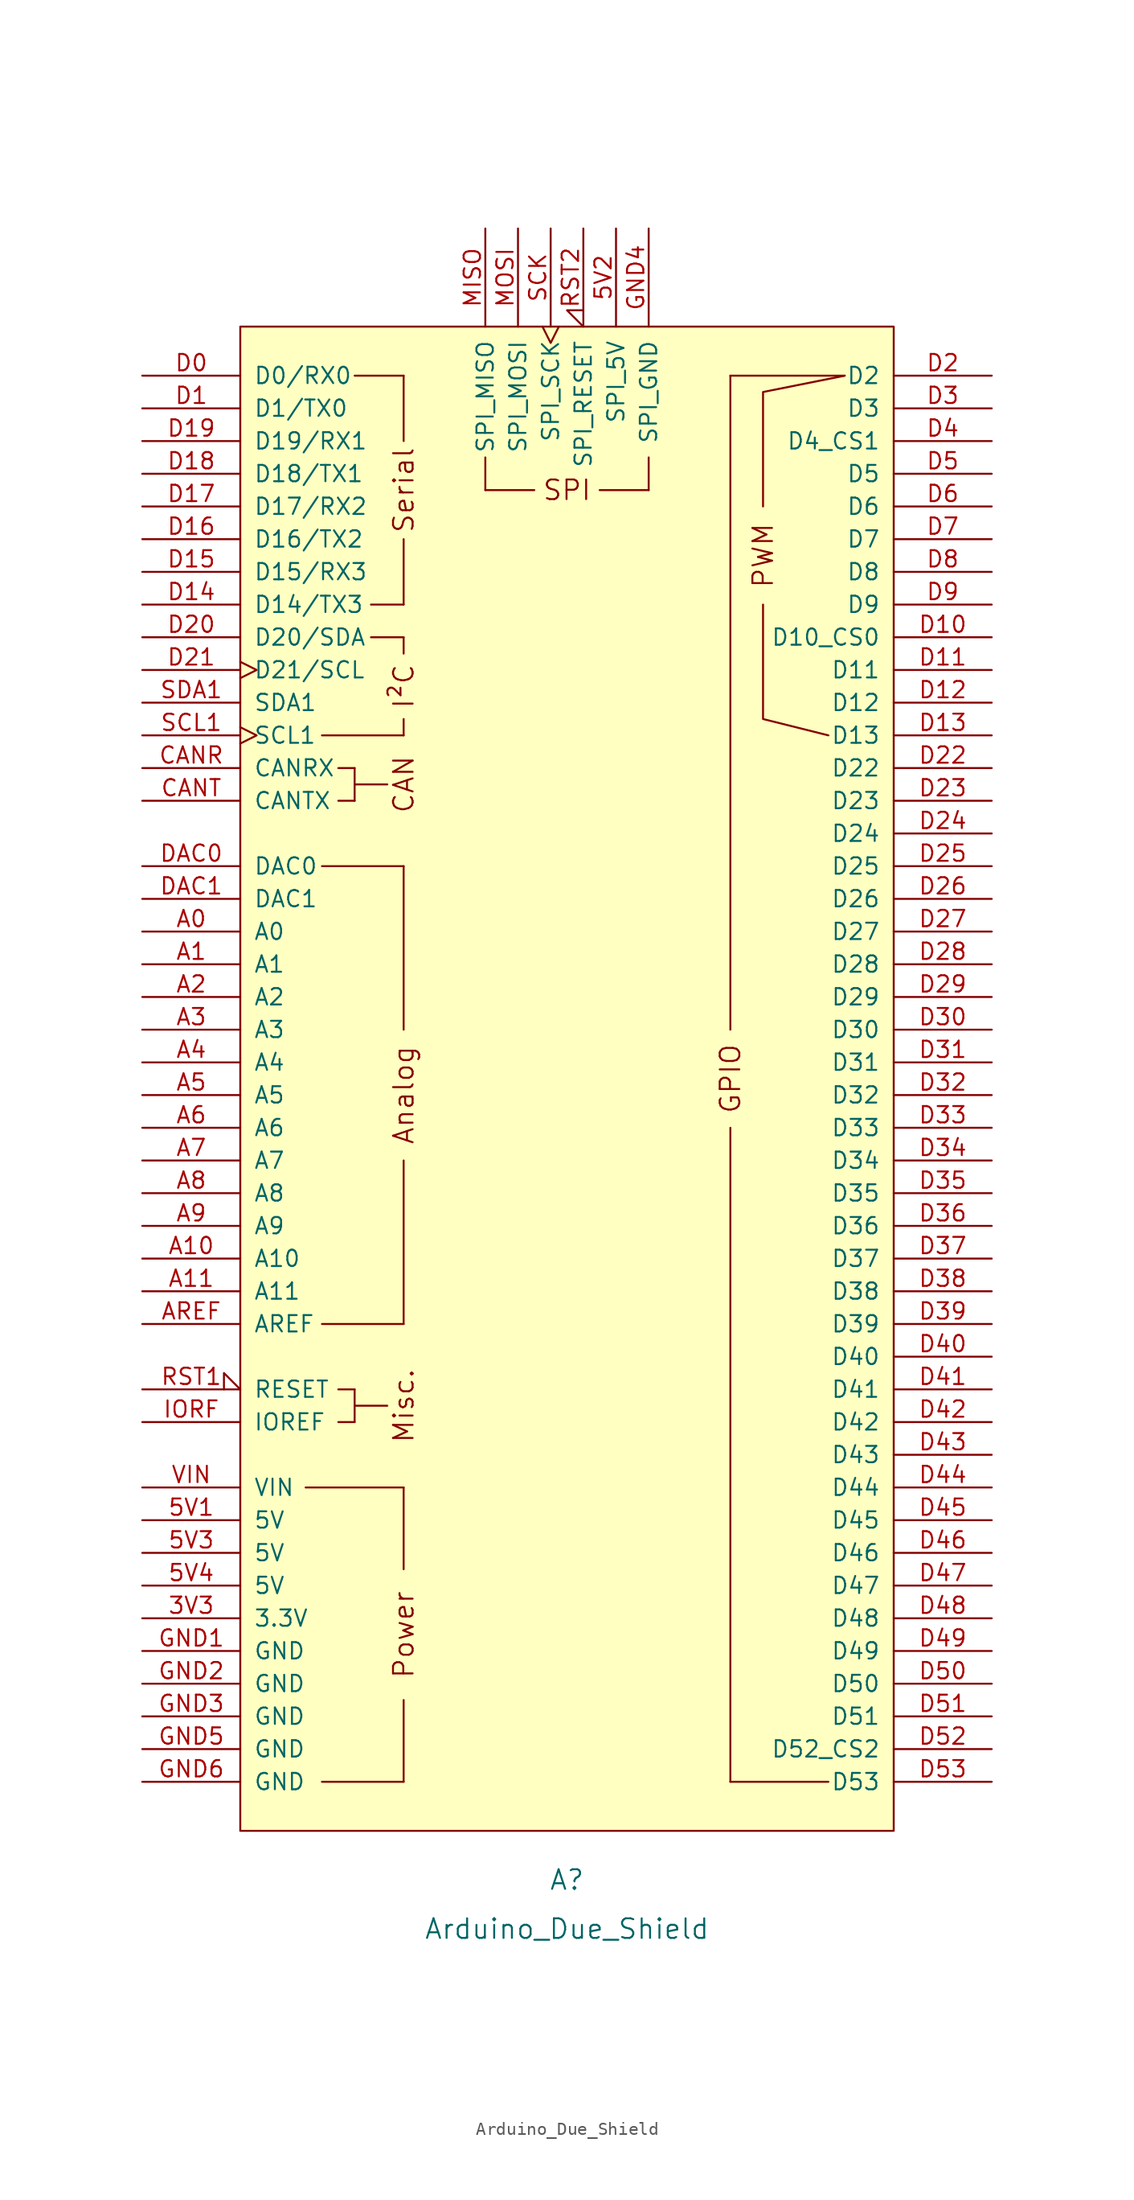
<source format=kicad_sym>
(kicad_symbol_lib
  (version 20211014)
  (generator kicad_symbol_editor)
  (symbol "Arduino_Due_Shield"
    (pin_names
      (offset 1.016))
    (property "Reference" "A"
      (at 0 -62.23 0)
      (effects (font (size 1.524 1.524))))
    (property "Value" "Arduino_Due_Shield"
      (at 0 -66.04 0)
      (effects (font (size 1.524 1.524))))
    (symbol "Arduino_Due_Shield_0_0"
      (rectangle (start -25.4 -58.42) (end 25.4 58.42) (stroke (width 0) (type default) (color 0 0 0 0)) (fill (type background)))
      (rectangle (start -20.32 -31.75) (end -12.7 -31.75) (stroke (width 0) (type default) (color 0 0 0 0)) (fill (type none)))
      (rectangle (start -19.05 -54.61) (end -12.7 -54.61) (stroke (width 0) (type default) (color 0 0 0 0)) (fill (type none)))
      (rectangle (start -19.05 -19.05) (end -12.7 -19.05) (stroke (width 0) (type default) (color 0 0 0 0)) (fill (type none)))
      (rectangle (start -19.05 16.51) (end -12.7 16.51) (stroke (width 0) (type default) (color 0 0 0 0)) (fill (type none)))
      (rectangle (start -19.05 26.67) (end -12.7 26.67) (stroke (width 0) (type default) (color 0 0 0 0)) (fill (type none)))
      (rectangle (start -17.78 -26.67) (end -16.51 -26.67) (stroke (width 0) (type default) (color 0 0 0 0)) (fill (type none)))
      (rectangle (start -17.78 -24.13) (end -16.51 -24.13) (stroke (width 0) (type default) (color 0 0 0 0)) (fill (type none)))
      (rectangle (start -17.78 21.59) (end -16.51 21.59) (stroke (width 0) (type default) (color 0 0 0 0)) (fill (type none)))
      (rectangle (start -17.78 24.13) (end -16.51 24.13) (stroke (width 0) (type default) (color 0 0 0 0)) (fill (type none)))
      (rectangle (start -16.51 -25.4) (end -13.97 -25.4) (stroke (width 0) (type default) (color 0 0 0 0)) (fill (type none)))
      (rectangle (start -16.51 -24.13) (end -16.51 -26.67) (stroke (width 0) (type default) (color 0 0 0 0)) (fill (type none)))
      (rectangle (start -16.51 22.86) (end -13.97 22.86) (stroke (width 0) (type default) (color 0 0 0 0)) (fill (type none)))
      (rectangle (start -16.51 24.13) (end -16.51 21.59) (stroke (width 0) (type default) (color 0 0 0 0)) (fill (type none)))
      (rectangle (start -16.51 54.61) (end -12.7 54.61) (stroke (width 0) (type default) (color 0 0 0 0)) (fill (type none)))
      (rectangle (start -15.24 34.29) (end -12.7 34.29) (stroke (width 0) (type default) (color 0 0 0 0)) (fill (type none)))
      (rectangle (start -15.24 36.83) (end -12.7 36.83) (stroke (width 0) (type default) (color 0 0 0 0)) (fill (type none)))
      (rectangle (start -12.7 -54.61) (end -12.7 -48.26) (stroke (width 0) (type default) (color 0 0 0 0)) (fill (type none)))
      (rectangle (start -12.7 -31.75) (end -12.7 -38.1) (stroke (width 0) (type default) (color 0 0 0 0)) (fill (type none)))
      (rectangle (start -12.7 -6.35) (end -12.7 -19.05) (stroke (width 0) (type default) (color 0 0 0 0)) (fill (type none)))
      (rectangle (start -12.7 16.51) (end -12.7 3.81) (stroke (width 0) (type default) (color 0 0 0 0)) (fill (type none)))
      (rectangle (start -12.7 26.67) (end -12.7 27.94) (stroke (width 0) (type default) (color 0 0 0 0)) (fill (type none)))
      (rectangle (start -12.7 34.29) (end -12.7 33.02) (stroke (width 0) (type default) (color 0 0 0 0)) (fill (type none)))
      (rectangle (start -12.7 41.91) (end -12.7 36.83) (stroke (width 0) (type default) (color 0 0 0 0)) (fill (type none)))
      (rectangle (start -12.7 49.53) (end -12.7 54.61) (stroke (width 0) (type default) (color 0 0 0 0)) (fill (type none)))
      (rectangle (start -6.35 48.26) (end -6.35 45.72) (stroke (width 0) (type default) (color 0 0 0 0)) (fill (type none)))
      (rectangle (start -2.54 45.72) (end -6.35 45.72) (stroke (width 0) (type default) (color 0 0 0 0)) (fill (type none)))
      (polyline (pts (xy 12.7 -54.61) (xy 20.32 -54.61)) (stroke (width 0) (type default) (color 0 0 0 0)) (fill (type none)))
      (polyline (pts (xy 21.59 54.61) (xy 12.7 54.61)) (stroke (width 0) (type default) (color 0 0 0 0)) (fill (type none)))
      (polyline (pts (xy 15.24 44.45) (xy 15.24 53.34) (xy 21.59 54.61)) (stroke (width 0) (type default) (color 0 0 0 0)) (fill (type none)))
      (polyline (pts (xy 20.32 26.67) (xy 15.24 27.94) (xy 15.24 36.83)) (stroke (width 0) (type default) (color 0 0 0 0)) (fill (type none)))
      (rectangle (start 6.35 45.72) (end 2.54 45.72) (stroke (width 0) (type default) (color 0 0 0 0)) (fill (type none)))
      (rectangle (start 6.35 48.26) (end 6.35 45.72) (stroke (width 0) (type default) (color 0 0 0 0)) (fill (type none)))
      (text "Analog" (at -12.7 -1.27 900) (effects (font (size 1.524 1.524))))
      (text "CAN" (at -12.7 22.86 900) (effects (font (size 1.524 1.524))))
      (text "I²C" (at -12.7 30.48 900) (effects (font (size 1.524 1.524))))
      (text "Misc." (at -12.7 -25.4 900) (effects (font (size 1.524 1.524))))
      (text "Power" (at -12.7 -43.18 900) (effects (font (size 1.524 1.524))))
      (text "PWM" (at 15.24 40.64 900) (effects (font (size 1.524 1.524))))
      (text "Serial" (at -12.7 45.72 900) (effects (font (size 1.524 1.524))))
      (text "SPI" (at 0 45.72 0) (effects (font (size 1.524 1.524)))))
    (symbol "Arduino_Due_Shield_1_0"
      (rectangle (start 12.7 -54.61) (end 12.7 -3.81) (stroke (width 0) (type default) (color 0 0 0 0)) (fill (type none)))
      (rectangle (start 12.7 54.61) (end 12.7 3.81) (stroke (width 0) (type default) (color 0 0 0 0)) (fill (type none)))
      (text "GPIO" (at 12.7 0 900) (effects (font (size 1.524 1.524)))))
    (symbol "Arduino_Due_Shield_1_1"
      (pin power_out line (at -33.02 -41.91 0) (length 7.62) (name "3.3V" (effects (font (size 1.27 1.27)))) (number "3V3" (effects (font (size 1.27 1.27)))))
      (pin power_in line (at -33.02 -34.29 0) (length 7.62) (name "5V" (effects (font (size 1.27 1.27)))) (number "5V1" (effects (font (size 1.27 1.27)))))
      (pin power_in line (at 3.81 66.04 270) (length 7.62) (name "SPI_5V" (effects (font (size 1.27 1.27)))) (number "5V2" (effects (font (size 1.27 1.27)))))
      (pin power_in line (at -33.02 -36.83 0) (length 7.62) (name "5V" (effects (font (size 1.27 1.27)))) (number "5V3" (effects (font (size 1.27 1.27)))))
      (pin power_in line (at -33.02 -39.37 0) (length 7.62) (name "5V" (effects (font (size 1.27 1.27)))) (number "5V4" (effects (font (size 1.27 1.27)))))
      (pin bidirectional line (at -33.02 11.43 0) (length 7.62) (name "A0" (effects (font (size 1.27 1.27)))) (number "A0" (effects (font (size 1.27 1.27)))))
      (pin bidirectional line (at -33.02 8.89 0) (length 7.62) (name "A1" (effects (font (size 1.27 1.27)))) (number "A1" (effects (font (size 1.27 1.27)))))
      (pin bidirectional line (at -33.02 -13.97 0) (length 7.62) (name "A10" (effects (font (size 1.27 1.27)))) (number "A10" (effects (font (size 1.27 1.27)))))
      (pin bidirectional line (at -33.02 -16.51 0) (length 7.62) (name "A11" (effects (font (size 1.27 1.27)))) (number "A11" (effects (font (size 1.27 1.27)))))
      (pin bidirectional line (at -33.02 6.35 0) (length 7.62) (name "A2" (effects (font (size 1.27 1.27)))) (number "A2" (effects (font (size 1.27 1.27)))))
      (pin bidirectional line (at -33.02 3.81 0) (length 7.62) (name "A3" (effects (font (size 1.27 1.27)))) (number "A3" (effects (font (size 1.27 1.27)))))
      (pin bidirectional line (at -33.02 1.27 0) (length 7.62) (name "A4" (effects (font (size 1.27 1.27)))) (number "A4" (effects (font (size 1.27 1.27)))))
      (pin bidirectional line (at -33.02 -1.27 0) (length 7.62) (name "A5" (effects (font (size 1.27 1.27)))) (number "A5" (effects (font (size 1.27 1.27)))))
      (pin bidirectional line (at -33.02 -3.81 0) (length 7.62) (name "A6" (effects (font (size 1.27 1.27)))) (number "A6" (effects (font (size 1.27 1.27)))))
      (pin bidirectional line (at -33.02 -6.35 0) (length 7.62) (name "A7" (effects (font (size 1.27 1.27)))) (number "A7" (effects (font (size 1.27 1.27)))))
      (pin bidirectional line (at -33.02 -8.89 0) (length 7.62) (name "A8" (effects (font (size 1.27 1.27)))) (number "A8" (effects (font (size 1.27 1.27)))))
      (pin bidirectional line (at -33.02 -11.43 0) (length 7.62) (name "A9" (effects (font (size 1.27 1.27)))) (number "A9" (effects (font (size 1.27 1.27)))))
      (pin input line (at -33.02 -19.05 0) (length 7.62) (name "AREF" (effects (font (size 1.27 1.27)))) (number "AREF" (effects (font (size 1.27 1.27)))))
      (pin bidirectional line (at -33.02 24.13 0) (length 7.62) (name "CANRX" (effects (font (size 1.27 1.27)))) (number "CANR" (effects (font (size 1.27 1.27)))))
      (pin bidirectional line (at -33.02 21.59 0) (length 7.62) (name "CANTX" (effects (font (size 1.27 1.27)))) (number "CANT" (effects (font (size 1.27 1.27)))))
      (pin bidirectional line (at -33.02 54.61 0) (length 7.62) (name "D0/RX0" (effects (font (size 1.27 1.27)))) (number "D0" (effects (font (size 1.27 1.27)))))
      (pin bidirectional line (at -33.02 52.07 0) (length 7.62) (name "D1/TX0" (effects (font (size 1.27 1.27)))) (number "D1" (effects (font (size 1.27 1.27)))))
      (pin bidirectional line (at 33.02 34.29 180) (length 7.62) (name "D10_CS0" (effects (font (size 1.27 1.27)))) (number "D10" (effects (font (size 1.27 1.27)))))
      (pin bidirectional line (at 33.02 31.75 180) (length 7.62) (name "D11" (effects (font (size 1.27 1.27)))) (number "D11" (effects (font (size 1.27 1.27)))))
      (pin bidirectional line (at 33.02 29.21 180) (length 7.62) (name "D12" (effects (font (size 1.27 1.27)))) (number "D12" (effects (font (size 1.27 1.27)))))
      (pin bidirectional line (at 33.02 26.67 180) (length 7.62) (name "D13" (effects (font (size 1.27 1.27)))) (number "D13" (effects (font (size 1.27 1.27)))))
      (pin bidirectional line (at -33.02 36.83 0) (length 7.62) (name "D14/TX3" (effects (font (size 1.27 1.27)))) (number "D14" (effects (font (size 1.27 1.27)))))
      (pin bidirectional line (at -33.02 39.37 0) (length 7.62) (name "D15/RX3" (effects (font (size 1.27 1.27)))) (number "D15" (effects (font (size 1.27 1.27)))))
      (pin bidirectional line (at -33.02 41.91 0) (length 7.62) (name "D16/TX2" (effects (font (size 1.27 1.27)))) (number "D16" (effects (font (size 1.27 1.27)))))
      (pin bidirectional line (at -33.02 44.45 0) (length 7.62) (name "D17/RX2" (effects (font (size 1.27 1.27)))) (number "D17" (effects (font (size 1.27 1.27)))))
      (pin bidirectional line (at -33.02 46.99 0) (length 7.62) (name "D18/TX1" (effects (font (size 1.27 1.27)))) (number "D18" (effects (font (size 1.27 1.27)))))
      (pin bidirectional line (at -33.02 49.53 0) (length 7.62) (name "D19/RX1" (effects (font (size 1.27 1.27)))) (number "D19" (effects (font (size 1.27 1.27)))))
      (pin bidirectional line (at 33.02 54.61 180) (length 7.62) (name "D2" (effects (font (size 1.27 1.27)))) (number "D2" (effects (font (size 1.27 1.27)))))
      (pin bidirectional line (at -33.02 34.29 0) (length 7.62) (name "D20/SDA" (effects (font (size 1.27 1.27)))) (number "D20" (effects (font (size 1.27 1.27)))))
      (pin bidirectional clock (at -33.02 31.75 0) (length 7.62) (name "D21/SCL" (effects (font (size 1.27 1.27)))) (number "D21" (effects (font (size 1.27 1.27)))))
      (pin bidirectional line (at 33.02 24.13 180) (length 7.62) (name "D22" (effects (font (size 1.27 1.27)))) (number "D22" (effects (font (size 1.27 1.27)))))
      (pin bidirectional line (at 33.02 21.59 180) (length 7.62) (name "D23" (effects (font (size 1.27 1.27)))) (number "D23" (effects (font (size 1.27 1.27)))))
      (pin bidirectional line (at 33.02 19.05 180) (length 7.62) (name "D24" (effects (font (size 1.27 1.27)))) (number "D24" (effects (font (size 1.27 1.27)))))
      (pin bidirectional line (at 33.02 16.51 180) (length 7.62) (name "D25" (effects (font (size 1.27 1.27)))) (number "D25" (effects (font (size 1.27 1.27)))))
      (pin bidirectional line (at 33.02 13.97 180) (length 7.62) (name "D26" (effects (font (size 1.27 1.27)))) (number "D26" (effects (font (size 1.27 1.27)))))
      (pin bidirectional line (at 33.02 11.43 180) (length 7.62) (name "D27" (effects (font (size 1.27 1.27)))) (number "D27" (effects (font (size 1.27 1.27)))))
      (pin bidirectional line (at 33.02 8.89 180) (length 7.62) (name "D28" (effects (font (size 1.27 1.27)))) (number "D28" (effects (font (size 1.27 1.27)))))
      (pin bidirectional line (at 33.02 6.35 180) (length 7.62) (name "D29" (effects (font (size 1.27 1.27)))) (number "D29" (effects (font (size 1.27 1.27)))))
      (pin bidirectional line (at 33.02 52.07 180) (length 7.62) (name "D3" (effects (font (size 1.27 1.27)))) (number "D3" (effects (font (size 1.27 1.27)))))
      (pin bidirectional line (at 33.02 3.81 180) (length 7.62) (name "D30" (effects (font (size 1.27 1.27)))) (number "D30" (effects (font (size 1.27 1.27)))))
      (pin bidirectional line (at 33.02 1.27 180) (length 7.62) (name "D31" (effects (font (size 1.27 1.27)))) (number "D31" (effects (font (size 1.27 1.27)))))
      (pin bidirectional line (at 33.02 -1.27 180) (length 7.62) (name "D32" (effects (font (size 1.27 1.27)))) (number "D32" (effects (font (size 1.27 1.27)))))
      (pin bidirectional line (at 33.02 -3.81 180) (length 7.62) (name "D33" (effects (font (size 1.27 1.27)))) (number "D33" (effects (font (size 1.27 1.27)))))
      (pin bidirectional line (at 33.02 -6.35 180) (length 7.62) (name "D34" (effects (font (size 1.27 1.27)))) (number "D34" (effects (font (size 1.27 1.27)))))
      (pin bidirectional line (at 33.02 -8.89 180) (length 7.62) (name "D35" (effects (font (size 1.27 1.27)))) (number "D35" (effects (font (size 1.27 1.27)))))
      (pin bidirectional line (at 33.02 -11.43 180) (length 7.62) (name "D36" (effects (font (size 1.27 1.27)))) (number "D36" (effects (font (size 1.27 1.27)))))
      (pin bidirectional line (at 33.02 -13.97 180) (length 7.62) (name "D37" (effects (font (size 1.27 1.27)))) (number "D37" (effects (font (size 1.27 1.27)))))
      (pin bidirectional line (at 33.02 -16.51 180) (length 7.62) (name "D38" (effects (font (size 1.27 1.27)))) (number "D38" (effects (font (size 1.27 1.27)))))
      (pin bidirectional line (at 33.02 -19.05 180) (length 7.62) (name "D39" (effects (font (size 1.27 1.27)))) (number "D39" (effects (font (size 1.27 1.27)))))
      (pin bidirectional line (at 33.02 49.53 180) (length 7.62) (name "D4_CS1" (effects (font (size 1.27 1.27)))) (number "D4" (effects (font (size 1.27 1.27)))))
      (pin bidirectional line (at 33.02 -21.59 180) (length 7.62) (name "D40" (effects (font (size 1.27 1.27)))) (number "D40" (effects (font (size 1.27 1.27)))))
      (pin bidirectional line (at 33.02 -24.13 180) (length 7.62) (name "D41" (effects (font (size 1.27 1.27)))) (number "D41" (effects (font (size 1.27 1.27)))))
      (pin bidirectional line (at 33.02 -26.67 180) (length 7.62) (name "D42" (effects (font (size 1.27 1.27)))) (number "D42" (effects (font (size 1.27 1.27)))))
      (pin bidirectional line (at 33.02 -29.21 180) (length 7.62) (name "D43" (effects (font (size 1.27 1.27)))) (number "D43" (effects (font (size 1.27 1.27)))))
      (pin bidirectional line (at 33.02 -31.75 180) (length 7.62) (name "D44" (effects (font (size 1.27 1.27)))) (number "D44" (effects (font (size 1.27 1.27)))))
      (pin bidirectional line (at 33.02 -34.29 180) (length 7.62) (name "D45" (effects (font (size 1.27 1.27)))) (number "D45" (effects (font (size 1.27 1.27)))))
      (pin bidirectional line (at 33.02 -36.83 180) (length 7.62) (name "D46" (effects (font (size 1.27 1.27)))) (number "D46" (effects (font (size 1.27 1.27)))))
      (pin bidirectional line (at 33.02 -39.37 180) (length 7.62) (name "D47" (effects (font (size 1.27 1.27)))) (number "D47" (effects (font (size 1.27 1.27)))))
      (pin bidirectional line (at 33.02 -41.91 180) (length 7.62) (name "D48" (effects (font (size 1.27 1.27)))) (number "D48" (effects (font (size 1.27 1.27)))))
      (pin bidirectional line (at 33.02 -44.45 180) (length 7.62) (name "D49" (effects (font (size 1.27 1.27)))) (number "D49" (effects (font (size 1.27 1.27)))))
      (pin bidirectional line (at 33.02 46.99 180) (length 7.62) (name "D5" (effects (font (size 1.27 1.27)))) (number "D5" (effects (font (size 1.27 1.27)))))
      (pin bidirectional line (at 33.02 -46.99 180) (length 7.62) (name "D50" (effects (font (size 1.27 1.27)))) (number "D50" (effects (font (size 1.27 1.27)))))
      (pin bidirectional line (at 33.02 -49.53 180) (length 7.62) (name "D51" (effects (font (size 1.27 1.27)))) (number "D51" (effects (font (size 1.27 1.27)))))
      (pin bidirectional line (at 33.02 -52.07 180) (length 7.62) (name "D52_CS2" (effects (font (size 1.27 1.27)))) (number "D52" (effects (font (size 1.27 1.27)))))
      (pin bidirectional line (at 33.02 -54.61 180) (length 7.62) (name "D53" (effects (font (size 1.27 1.27)))) (number "D53" (effects (font (size 1.27 1.27)))))
      (pin bidirectional line (at 33.02 44.45 180) (length 7.62) (name "D6" (effects (font (size 1.27 1.27)))) (number "D6" (effects (font (size 1.27 1.27)))))
      (pin bidirectional line (at 33.02 41.91 180) (length 7.62) (name "D7" (effects (font (size 1.27 1.27)))) (number "D7" (effects (font (size 1.27 1.27)))))
      (pin bidirectional line (at 33.02 39.37 180) (length 7.62) (name "D8" (effects (font (size 1.27 1.27)))) (number "D8" (effects (font (size 1.27 1.27)))))
      (pin bidirectional line (at 33.02 36.83 180) (length 7.62) (name "D9" (effects (font (size 1.27 1.27)))) (number "D9" (effects (font (size 1.27 1.27)))))
      (pin bidirectional line (at -33.02 16.51 0) (length 7.62) (name "DAC0" (effects (font (size 1.27 1.27)))) (number "DAC0" (effects (font (size 1.27 1.27)))))
      (pin bidirectional line (at -33.02 13.97 0) (length 7.62) (name "DAC1" (effects (font (size 1.27 1.27)))) (number "DAC1" (effects (font (size 1.27 1.27)))))
      (pin power_in line (at -33.02 -44.45 0) (length 7.62) (name "GND" (effects (font (size 1.27 1.27)))) (number "GND1" (effects (font (size 1.27 1.27)))))
      (pin power_in line (at -33.02 -46.99 0) (length 7.62) (name "GND" (effects (font (size 1.27 1.27)))) (number "GND2" (effects (font (size 1.27 1.27)))))
      (pin power_in line (at -33.02 -49.53 0) (length 7.62) (name "GND" (effects (font (size 1.27 1.27)))) (number "GND3" (effects (font (size 1.27 1.27)))))
      (pin power_in line (at 6.35 66.04 270) (length 7.62) (name "SPI_GND" (effects (font (size 1.27 1.27)))) (number "GND4" (effects (font (size 1.27 1.27)))))
      (pin power_in line (at -33.02 -52.07 0) (length 7.62) (name "GND" (effects (font (size 1.27 1.27)))) (number "GND5" (effects (font (size 1.27 1.27)))))
      (pin power_in line (at -33.02 -54.61 0) (length 7.62) (name "GND" (effects (font (size 1.27 1.27)))) (number "GND6" (effects (font (size 1.27 1.27)))))
      (pin output line (at -33.02 -26.67 0) (length 7.62) (name "IOREF" (effects (font (size 1.27 1.27)))) (number "IORF" (effects (font (size 1.27 1.27)))))
      (pin input line (at -6.35 66.04 270) (length 7.62) (name "SPI_MISO" (effects (font (size 1.27 1.27)))) (number "MISO" (effects (font (size 1.27 1.27)))))
      (pin output line (at -3.81 66.04 270) (length 7.62) (name "SPI_MOSI" (effects (font (size 1.27 1.27)))) (number "MOSI" (effects (font (size 1.27 1.27)))))
      (pin open_collector input_low (at -33.02 -24.13 0) (length 7.62) (name "RESET" (effects (font (size 1.27 1.27)))) (number "RST1" (effects (font (size 1.27 1.27)))))
      (pin open_collector input_low (at 1.27 66.04 270) (length 7.62) (name "SPI_RESET" (effects (font (size 1.27 1.27)))) (number "RST2" (effects (font (size 1.27 1.27)))))
      (pin output clock (at -1.27 66.04 270) (length 7.62) (name "SPI_SCK" (effects (font (size 1.27 1.27)))) (number "SCK" (effects (font (size 1.27 1.27)))))
      (pin bidirectional clock (at -33.02 26.67 0) (length 7.62) (name "SCL1" (effects (font (size 1.27 1.27)))) (number "SCL1" (effects (font (size 1.27 1.27)))))
      (pin bidirectional line (at -33.02 29.21 0) (length 7.62) (name "SDA1" (effects (font (size 1.27 1.27)))) (number "SDA1" (effects (font (size 1.27 1.27)))))
      (pin power_in line (at -33.02 -31.75 0) (length 7.62) (name "VIN" (effects (font (size 1.27 1.27)))) (number "VIN" (effects (font (size 1.27 1.27))))))))
</source>
